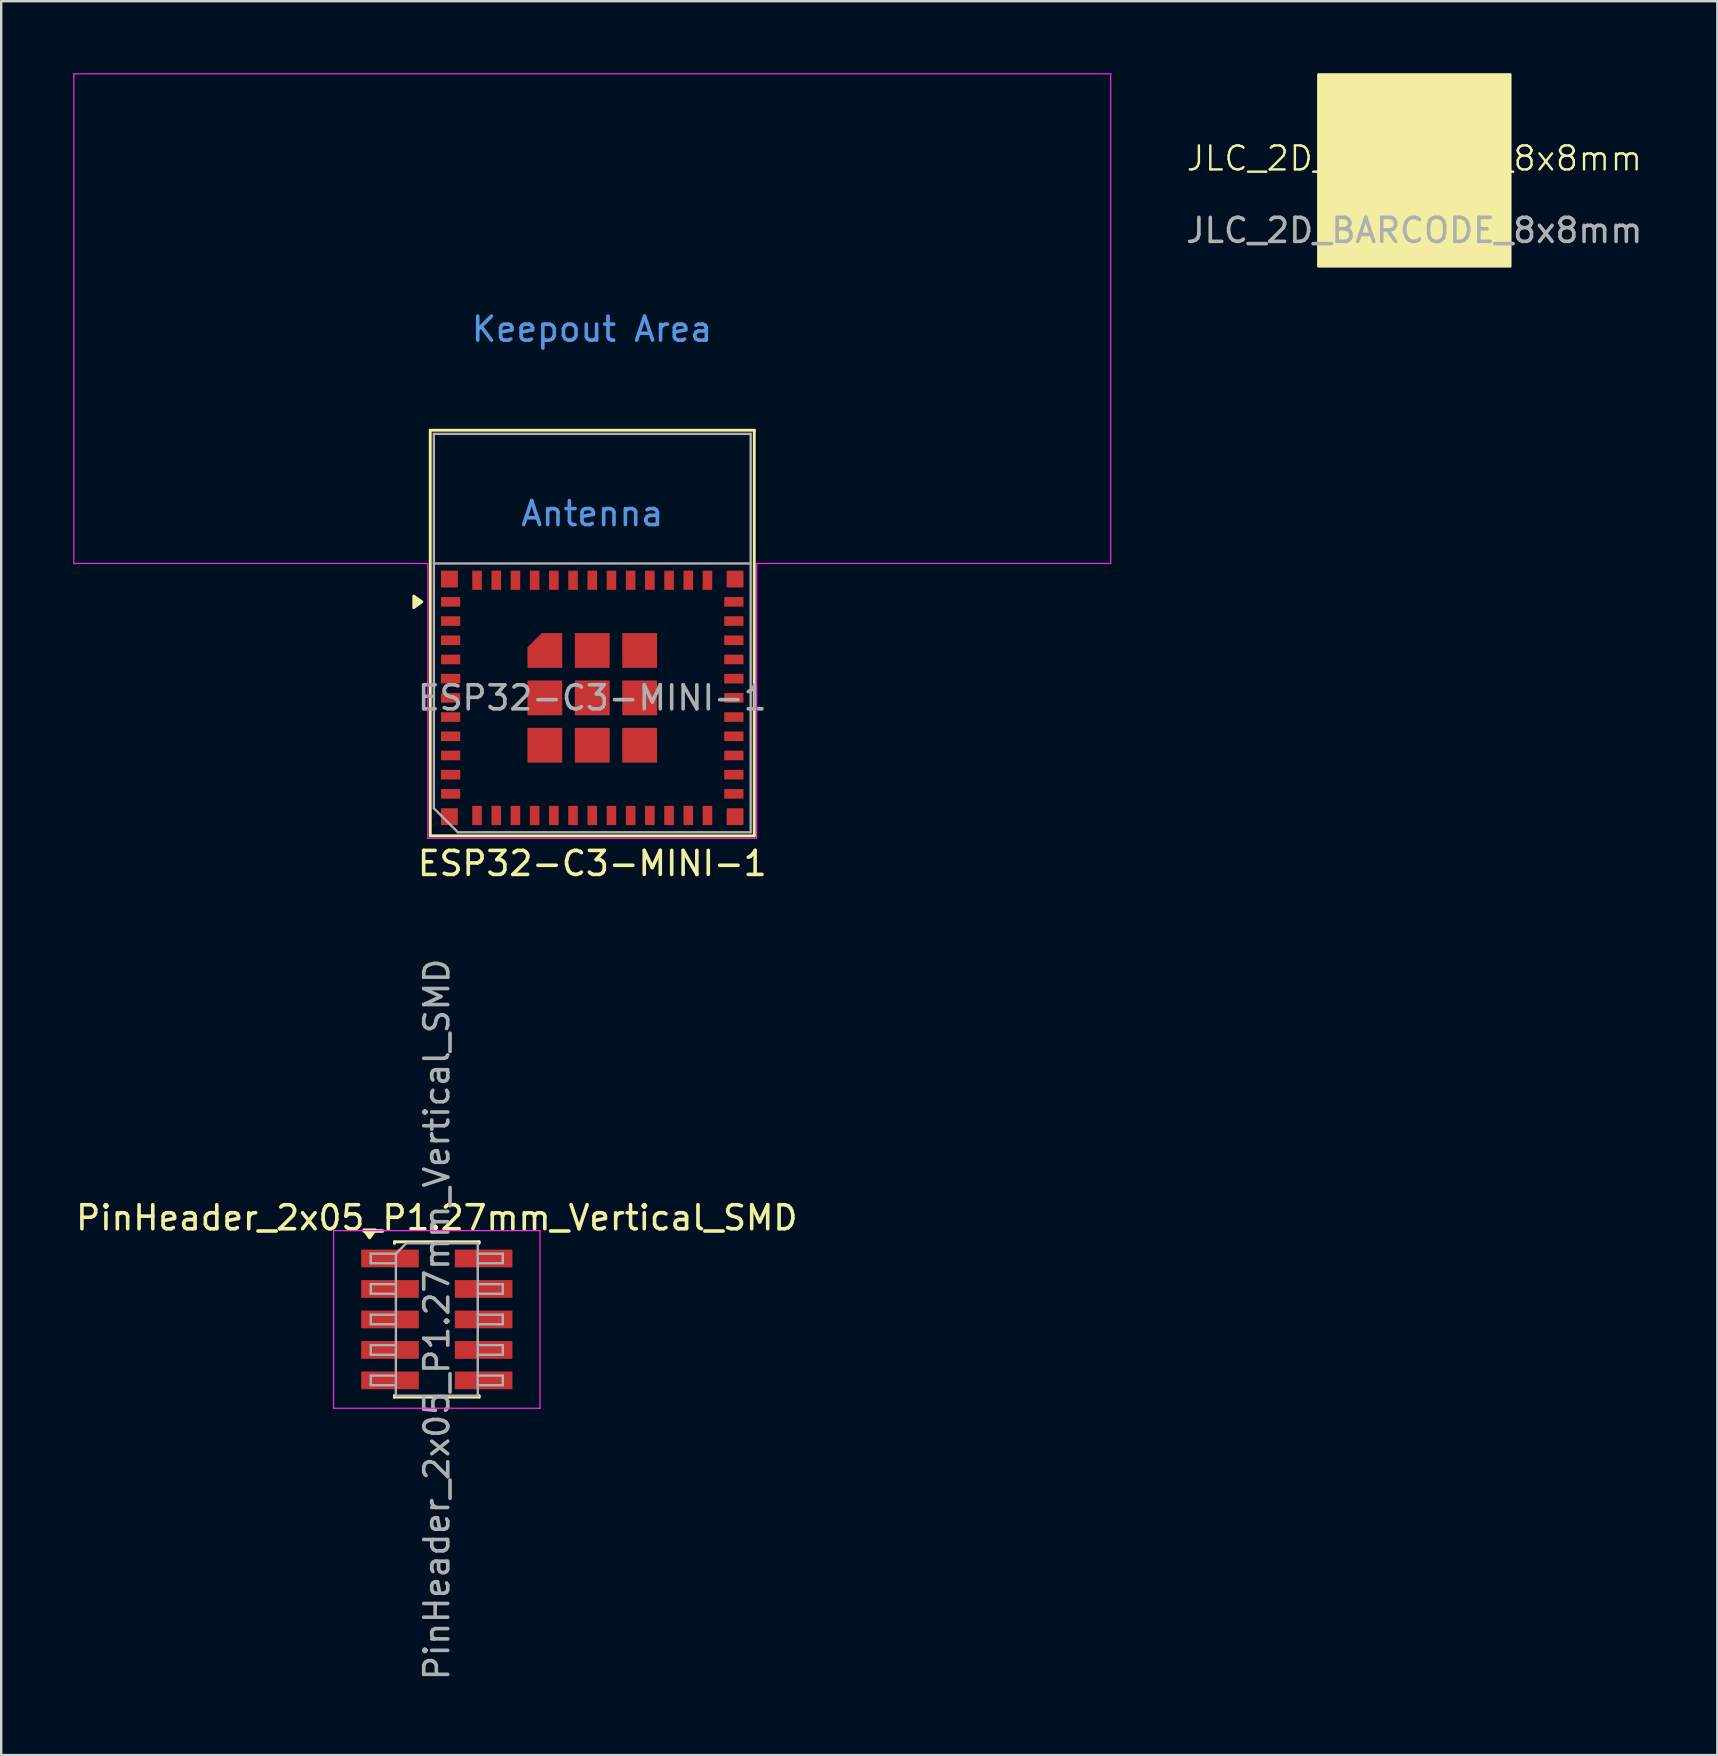
<source format=kicad_pcb>
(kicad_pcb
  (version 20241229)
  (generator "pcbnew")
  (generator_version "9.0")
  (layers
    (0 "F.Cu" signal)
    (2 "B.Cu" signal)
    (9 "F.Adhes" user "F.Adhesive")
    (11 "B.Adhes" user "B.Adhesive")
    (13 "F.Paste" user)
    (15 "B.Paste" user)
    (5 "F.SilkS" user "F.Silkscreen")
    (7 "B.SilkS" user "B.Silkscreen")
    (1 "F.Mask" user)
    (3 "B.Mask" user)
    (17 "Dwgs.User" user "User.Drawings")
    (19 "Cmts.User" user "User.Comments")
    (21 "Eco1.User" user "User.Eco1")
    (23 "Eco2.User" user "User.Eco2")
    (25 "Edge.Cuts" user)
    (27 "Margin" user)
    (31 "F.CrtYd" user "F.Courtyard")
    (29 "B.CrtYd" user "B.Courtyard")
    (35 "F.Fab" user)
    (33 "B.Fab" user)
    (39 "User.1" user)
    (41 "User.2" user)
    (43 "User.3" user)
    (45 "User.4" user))
  (footprint "JLC_2D_BARCODE_8x8mm"
    (layer "F.Cu")
    (at 55.875 4.05)
    (property "Reference" "JLC_2D_BARCODE_8x8mm" (at 0 -0.5 0) (unlocked yes) (layer "F.SilkS") (effects (font (size 1 1) (thickness 0.1))))
    (attr through_hole exclude_from_pos_files exclude_from_bom)
    (fp_rect (start -4 -4) (end 4 4) (stroke (width 0.1) (type solid)) (fill yes) (layer "F.SilkS"))
    (fp_text user "${REFERENCE}" (at 0 2.5 0) (unlocked yes) (layer "F.Fab") (effects (font (size 1 1) (thickness 0.15)))))
  (footprint "PinHeader_2x05_P1.27mm_Vertical_SMD"
    (layer "F.Cu")
    (at 15.149 51.922)
    (property "Reference" "PinHeader_2x05_P1.27mm_Vertical_SMD" (at 0 -4.235 0) (layer "F.SilkS") (effects (font (size 1 1) (thickness 0.15))))
    (attr smd)
    (fp_line (start -1.765 -3.235) (end -1.765 -3.17) (stroke (width 0.12) (type solid)) (layer "F.SilkS"))
    (fp_line (start -1.765 -3.235) (end 1.765 -3.235) (stroke (width 0.12) (type solid)) (layer "F.SilkS"))
    (fp_line (start -1.765 3.17) (end -1.765 3.235) (stroke (width 0.12) (type solid)) (layer "F.SilkS"))
    (fp_line (start -1.765 3.235) (end 1.765 3.235) (stroke (width 0.12) (type solid)) (layer "F.SilkS"))
    (fp_line (start 1.765 -3.235) (end 1.765 -3.17) (stroke (width 0.12) (type solid)) (layer "F.SilkS"))
    (fp_line (start 1.765 3.17) (end 1.765 3.235) (stroke (width 0.12) (type solid)) (layer "F.SilkS"))
    (fp_poly (pts (xy -2.8 -3.4) (xy -3.04 -3.73) (xy -2.56 -3.73) (xy -2.8 -3.4)) (stroke (width 0.12) (type solid)) (fill yes) (layer "F.SilkS"))
    (fp_line (start -4.3 -3.7) (end -4.3 3.7) (stroke (width 0.05) (type solid)) (layer "F.CrtYd"))
    (fp_line (start -4.3 3.7) (end 4.3 3.7) (stroke (width 0.05) (type solid)) (layer "F.CrtYd"))
    (fp_line (start 4.3 -3.7) (end -4.3 -3.7) (stroke (width 0.05) (type solid)) (layer "F.CrtYd"))
    (fp_line (start 4.3 3.7) (end 4.3 -3.7) (stroke (width 0.05) (type solid)) (layer "F.CrtYd"))
    (fp_line (start -2.75 -2.74) (end -2.75 -2.34) (stroke (width 0.1) (type solid)) (layer "F.Fab"))
    (fp_line (start -2.75 -2.34) (end -1.705 -2.34) (stroke (width 0.1) (type solid)) (layer "F.Fab"))
    (fp_line (start -2.75 -1.47) (end -2.75 -1.07) (stroke (width 0.1) (type solid)) (layer "F.Fab"))
    (fp_line (start -2.75 -1.07) (end -1.705 -1.07) (stroke (width 0.1) (type solid)) (layer "F.Fab"))
    (fp_line (start -2.75 -0.2) (end -2.75 0.2) (stroke (width 0.1) (type solid)) (layer "F.Fab"))
    (fp_line (start -2.75 0.2) (end -1.705 0.2) (stroke (width 0.1) (type solid)) (layer "F.Fab"))
    (fp_line (start -2.75 1.07) (end -2.75 1.47) (stroke (width 0.1) (type solid)) (layer "F.Fab"))
    (fp_line (start -2.75 1.47) (end -1.705 1.47) (stroke (width 0.1) (type solid)) (layer "F.Fab"))
    (fp_line (start -2.75 2.34) (end -2.75 2.74) (stroke (width 0.1) (type solid)) (layer "F.Fab"))
    (fp_line (start -2.75 2.74) (end -1.705 2.74) (stroke (width 0.1) (type solid)) (layer "F.Fab"))
    (fp_line (start -1.705 -2.74) (end -2.75 -2.74) (stroke (width 0.1) (type solid)) (layer "F.Fab"))
    (fp_line (start -1.705 -2.74) (end -1.27 -3.175) (stroke (width 0.1) (type solid)) (layer "F.Fab"))
    (fp_line (start -1.705 -1.47) (end -2.75 -1.47) (stroke (width 0.1) (type solid)) (layer "F.Fab"))
    (fp_line (start -1.705 -0.2) (end -2.75 -0.2) (stroke (width 0.1) (type solid)) (layer "F.Fab"))
    (fp_line (start -1.705 1.07) (end -2.75 1.07) (stroke (width 0.1) (type solid)) (layer "F.Fab"))
    (fp_line (start -1.705 2.34) (end -2.75 2.34) (stroke (width 0.1) (type solid)) (layer "F.Fab"))
    (fp_line (start -1.705 3.175) (end -1.705 -2.74) (stroke (width 0.1) (type solid)) (layer "F.Fab"))
    (fp_line (start -1.27 -3.175) (end 1.705 -3.175) (stroke (width 0.1) (type solid)) (layer "F.Fab"))
    (fp_line (start 1.705 -3.175) (end 1.705 3.175) (stroke (width 0.1) (type solid)) (layer "F.Fab"))
    (fp_line (start 1.705 -2.74) (end 2.75 -2.74) (stroke (width 0.1) (type solid)) (layer "F.Fab"))
    (fp_line (start 1.705 -1.47) (end 2.75 -1.47) (stroke (width 0.1) (type solid)) (layer "F.Fab"))
    (fp_line (start 1.705 -0.2) (end 2.75 -0.2) (stroke (width 0.1) (type solid)) (layer "F.Fab"))
    (fp_line (start 1.705 1.07) (end 2.75 1.07) (stroke (width 0.1) (type solid)) (layer "F.Fab"))
    (fp_line (start 1.705 2.34) (end 2.75 2.34) (stroke (width 0.1) (type solid)) (layer "F.Fab"))
    (fp_line (start 1.705 3.175) (end -1.705 3.175) (stroke (width 0.1) (type solid)) (layer "F.Fab"))
    (fp_line (start 2.75 -2.74) (end 2.75 -2.34) (stroke (width 0.1) (type solid)) (layer "F.Fab"))
    (fp_line (start 2.75 -2.34) (end 1.705 -2.34) (stroke (width 0.1) (type solid)) (layer "F.Fab"))
    (fp_line (start 2.75 -1.47) (end 2.75 -1.07) (stroke (width 0.1) (type solid)) (layer "F.Fab"))
    (fp_line (start 2.75 -1.07) (end 1.705 -1.07) (stroke (width 0.1) (type solid)) (layer "F.Fab"))
    (fp_line (start 2.75 -0.2) (end 2.75 0.2) (stroke (width 0.1) (type solid)) (layer "F.Fab"))
    (fp_line (start 2.75 0.2) (end 1.705 0.2) (stroke (width 0.1) (type solid)) (layer "F.Fab"))
    (fp_line (start 2.75 1.07) (end 2.75 1.47) (stroke (width 0.1) (type solid)) (layer "F.Fab"))
    (fp_line (start 2.75 1.47) (end 1.705 1.47) (stroke (width 0.1) (type solid)) (layer "F.Fab"))
    (fp_line (start 2.75 2.34) (end 2.75 2.74) (stroke (width 0.1) (type solid)) (layer "F.Fab"))
    (fp_line (start 2.75 2.74) (end 1.705 2.74) (stroke (width 0.1) (type solid)) (layer "F.Fab"))
    (fp_text user "${REFERENCE}" (at 0 0 90) (layer "F.Fab") (effects (font (size 1 1) (thickness 0.15))))
    (pad "1" smd rect (at -1.95 -2.54) (size 2.4 0.74) (layers "F.Cu" "F.Mask" "F.Paste"))
    (pad "2" smd rect (at 1.95 -2.54) (size 2.4 0.74) (layers "F.Cu" "F.Mask" "F.Paste"))
    (pad "3" smd rect (at -1.95 -1.27) (size 2.4 0.74) (layers "F.Cu" "F.Mask" "F.Paste"))
    (pad "4" smd rect (at 1.95 -1.27) (size 2.4 0.74) (layers "F.Cu" "F.Mask" "F.Paste"))
    (pad "5" smd rect (at -1.95 0) (size 2.4 0.74) (layers "F.Cu" "F.Mask" "F.Paste"))
    (pad "6" smd rect (at 1.95 0) (size 2.4 0.74) (layers "F.Cu" "F.Mask" "F.Paste"))
    (pad "7" smd rect (at -1.95 1.27) (size 2.4 0.74) (layers "F.Cu" "F.Mask" "F.Paste"))
    (pad "8" smd rect (at 1.95 1.27) (size 2.4 0.74) (layers "F.Cu" "F.Mask" "F.Paste"))
    (pad "9" smd rect (at -1.95 2.54) (size 2.4 0.74) (layers "F.Cu" "F.Mask" "F.Paste"))
    (pad "10" smd rect (at 1.95 2.54) (size 2.4 0.74) (layers "F.Cu" "F.Mask" "F.Paste")))
  (footprint "ESP32-C3-MINI-1"
    (layer "F.Cu")
    (at 21.625 26.025)
    (property "Reference" "ESP32-C3-MINI-1" (at 0 6.9 0) (unlocked yes) (layer "F.SilkS") (effects (font (size 1 1) (thickness 0.15))))
    (attr smd)
    (fp_line (start -6.75 -11.15) (end 6.75 -11.15) (stroke (width 0.12) (type solid)) (layer "F.SilkS"))
    (fp_line (start -6.75 5.75) (end -6.75 -11.15) (stroke (width 0.12) (type solid)) (layer "F.SilkS"))
    (fp_line (start 6.75 -11.15) (end 6.75 5.75) (stroke (width 0.12) (type solid)) (layer "F.SilkS"))
    (fp_line (start 6.75 5.75) (end -6.75 5.75) (stroke (width 0.12) (type solid)) (layer "F.SilkS"))
    (fp_poly (pts (xy -7.1 -4) (xy -7.436 -3.76) (xy -7.436 -4.24) (xy -7.1 -4)) (stroke (width 0.12) (type solid)) (fill yes) (layer "F.SilkS"))
    (fp_line (start -21.6 -26) (end 21.6 -26) (stroke (width 0.05) (type solid)) (layer "F.CrtYd"))
    (fp_line (start -21.6 -5.6) (end -21.6 -26) (stroke (width 0.05) (type solid)) (layer "F.CrtYd"))
    (fp_line (start -6.85 -5.6) (end -21.6 -5.6) (stroke (width 0.05) (type solid)) (layer "F.CrtYd"))
    (fp_line (start -6.85 5.85) (end -6.85 -5.6) (stroke (width 0.05) (type solid)) (layer "F.CrtYd"))
    (fp_line (start 6.85 -5.6) (end 6.85 5.85) (stroke (width 0.05) (type solid)) (layer "F.CrtYd"))
    (fp_line (start 6.85 -5.6) (end 21.6 -5.6) (stroke (width 0.05) (type solid)) (layer "F.CrtYd"))
    (fp_line (start 6.85 5.85) (end -6.85 5.85) (stroke (width 0.05) (type solid)) (layer "F.CrtYd"))
    (fp_line (start 21.6 -5.6) (end 21.6 -26) (stroke (width 0.05) (type solid)) (layer "F.CrtYd"))
    (fp_line (start -6.6 -11) (end 6.6 -11) (stroke (width 0.1) (type solid)) (layer "F.Fab"))
    (fp_line (start -6.6 -5.6) (end 6.6 -5.6) (stroke (width 0.1) (type solid)) (layer "F.Fab"))
    (fp_line (start -6.6 4.6) (end -6.6 -11) (stroke (width 0.1) (type solid)) (layer "F.Fab"))
    (fp_line (start -5.6 5.6) (end -6.6 4.6) (stroke (width 0.1) (type default)) (layer "F.Fab"))
    (fp_line (start 6.6 -11) (end 6.6 5.6) (stroke (width 0.1) (type solid)) (layer "F.Fab"))
    (fp_line (start 6.6 5.6) (end -5.6 5.6) (stroke (width 0.1) (type solid)) (layer "F.Fab"))
    (fp_text user "Keepout Area" (at -0.01 -15.36 0) (layer "Cmts.User") (effects (font (size 1 1) (thickness 0.15))))
    (fp_text user "Antenna" (at 0 -7.675 0) (layer "Cmts.User") (effects (font (size 1 1) (thickness 0.15))))
    (fp_text user "${REFERENCE}" (at 0 0 0) (unlocked yes) (layer "F.Fab") (effects (font (size 1 1) (thickness 0.15))))
    (pad "1" smd rect (at -5.9 -4) (size 0.8 0.4) (layers "F.Cu" "F.Mask" "F.Paste"))
    (pad "2" smd rect (at -5.9 -3.2) (size 0.8 0.4) (layers "F.Cu" "F.Mask" "F.Paste"))
    (pad "3" smd rect (at -5.9 -2.4) (size 0.8 0.4) (layers "F.Cu" "F.Mask" "F.Paste"))
    (pad "4" smd rect (at -5.9 -1.6) (size 0.8 0.4) (layers "F.Cu" "F.Mask" "F.Paste"))
    (pad "5" smd rect (at -5.9 -0.8) (size 0.8 0.4) (layers "F.Cu" "F.Mask" "F.Paste"))
    (pad "6" smd rect (at -5.9 0) (size 0.8 0.4) (layers "F.Cu" "F.Mask" "F.Paste"))
    (pad "7" smd rect (at -5.9 0.8) (size 0.8 0.4) (layers "F.Cu" "F.Mask" "F.Paste"))
    (pad "8" smd rect (at -5.9 1.6) (size 0.8 0.4) (layers "F.Cu" "F.Mask" "F.Paste"))
    (pad "9" smd rect (at -5.9 2.4) (size 0.8 0.4) (layers "F.Cu" "F.Mask" "F.Paste"))
    (pad "10" smd rect (at -5.9 3.2) (size 0.8 0.4) (layers "F.Cu" "F.Mask" "F.Paste"))
    (pad "11" smd rect (at -5.9 4) (size 0.8 0.4) (layers "F.Cu" "F.Mask" "F.Paste"))
    (pad "12" smd rect (at -4.8 4.9 90) (size 0.8 0.4) (layers "F.Cu" "F.Mask" "F.Paste"))
    (pad "13" smd rect (at -4 4.9 90) (size 0.8 0.4) (layers "F.Cu" "F.Mask" "F.Paste"))
    (pad "14" smd rect (at -3.2 4.9 90) (size 0.8 0.4) (layers "F.Cu" "F.Mask" "F.Paste"))
    (pad "15" smd rect (at -2.4 4.9 90) (size 0.8 0.4) (layers "F.Cu" "F.Mask" "F.Paste"))
    (pad "16" smd rect (at -1.6 4.9 90) (size 0.8 0.4) (layers "F.Cu" "F.Mask" "F.Paste"))
    (pad "17" smd rect (at -0.8 4.9 90) (size 0.8 0.4) (layers "F.Cu" "F.Mask" "F.Paste"))
    (pad "18" smd rect (at 0 4.9 90) (size 0.8 0.4) (layers "F.Cu" "F.Mask" "F.Paste"))
    (pad "19" smd rect (at 0.8 4.9 90) (size 0.8 0.4) (layers "F.Cu" "F.Mask" "F.Paste"))
    (pad "20" smd rect (at 1.6 4.9 90) (size 0.8 0.4) (layers "F.Cu" "F.Mask" "F.Paste"))
    (pad "21" smd rect (at 2.4 4.9 90) (size 0.8 0.4) (layers "F.Cu" "F.Mask" "F.Paste"))
    (pad "22" smd rect (at 3.2 4.9 90) (size 0.8 0.4) (layers "F.Cu" "F.Mask" "F.Paste"))
    (pad "23" smd rect (at 4 4.9 90) (size 0.8 0.4) (layers "F.Cu" "F.Mask" "F.Paste"))
    (pad "24" smd rect (at 4.8 4.9 90) (size 0.8 0.4) (layers "F.Cu" "F.Mask" "F.Paste"))
    (pad "25" smd rect (at 5.9 4) (size 0.8 0.4) (layers "F.Cu" "F.Mask" "F.Paste"))
    (pad "26" smd rect (at 5.9 3.2) (size 0.8 0.4) (layers "F.Cu" "F.Mask" "F.Paste"))
    (pad "27" smd rect (at 5.9 2.4) (size 0.8 0.4) (layers "F.Cu" "F.Mask" "F.Paste"))
    (pad "28" smd rect (at 5.9 1.6) (size 0.8 0.4) (layers "F.Cu" "F.Mask" "F.Paste"))
    (pad "29" smd rect (at 5.9 0.8) (size 0.8 0.4) (layers "F.Cu" "F.Mask" "F.Paste"))
    (pad "30" smd rect (at 5.9 0) (size 0.8 0.4) (layers "F.Cu" "F.Mask" "F.Paste"))
    (pad "31" smd rect (at 5.9 -0.8) (size 0.8 0.4) (layers "F.Cu" "F.Mask" "F.Paste"))
    (pad "32" smd rect (at 5.9 -1.6) (size 0.8 0.4) (layers "F.Cu" "F.Mask" "F.Paste"))
    (pad "33" smd rect (at 5.9 -2.4) (size 0.8 0.4) (layers "F.Cu" "F.Mask" "F.Paste"))
    (pad "34" smd rect (at 5.9 -3.2) (size 0.8 0.4) (layers "F.Cu" "F.Mask" "F.Paste"))
    (pad "35" smd rect (at 5.9 -4) (size 0.8 0.4) (layers "F.Cu" "F.Mask" "F.Paste"))
    (pad "36" smd rect (at 4.8 -4.9 90) (size 0.8 0.4) (layers "F.Cu" "F.Mask" "F.Paste"))
    (pad "37" smd rect (at 4 -4.9 90) (size 0.8 0.4) (layers "F.Cu" "F.Mask" "F.Paste"))
    (pad "38" smd rect (at 3.2 -4.9 90) (size 0.8 0.4) (layers "F.Cu" "F.Mask" "F.Paste"))
    (pad "39" smd rect (at 2.4 -4.9 90) (size 0.8 0.4) (layers "F.Cu" "F.Mask" "F.Paste"))
    (pad "40" smd rect (at 1.6 -4.9 90) (size 0.8 0.4) (layers "F.Cu" "F.Mask" "F.Paste"))
    (pad "41" smd rect (at 0.8 -4.9 90) (size 0.8 0.4) (layers "F.Cu" "F.Mask" "F.Paste"))
    (pad "42" smd rect (at 0 -4.9 90) (size 0.8 0.4) (layers "F.Cu" "F.Mask" "F.Paste"))
    (pad "43" smd rect (at -0.8 -4.9 90) (size 0.8 0.4) (layers "F.Cu" "F.Mask" "F.Paste"))
    (pad "44" smd rect (at -1.6 -4.9 90) (size 0.8 0.4) (layers "F.Cu" "F.Mask" "F.Paste"))
    (pad "45" smd rect (at -2.4 -4.9 90) (size 0.8 0.4) (layers "F.Cu" "F.Mask" "F.Paste"))
    (pad "46" smd rect (at -3.2 -4.9 90) (size 0.8 0.4) (layers "F.Cu" "F.Mask" "F.Paste"))
    (pad "47" smd rect (at -4 -4.9 90) (size 0.8 0.4) (layers "F.Cu" "F.Mask" "F.Paste"))
    (pad "48" smd rect (at -4.8 -4.9 90) (size 0.8 0.4) (layers "F.Cu" "F.Mask" "F.Paste"))
    (pad "49" smd roundrect (at -1.975 -1.975) (size 1.45 1.45) (property pad_prop_heatsink) (layers "F.Cu" "F.Mask" "F.Paste") (roundrect_rratio 0) (chamfer_ratio 0.41) (chamfer top_left))
    (pad "49" smd rect (at -1.975 0) (size 1.45 1.45) (property pad_prop_heatsink) (layers "F.Cu" "F.Mask" "F.Paste"))
    (pad "49" smd rect (at -1.975 1.975) (size 1.45 1.45) (property pad_prop_heatsink) (layers "F.Cu" "F.Mask" "F.Paste"))
    (pad "49" smd rect (at 0 -1.975) (size 1.45 1.45) (property pad_prop_heatsink) (layers "F.Cu" "F.Mask" "F.Paste"))
    (pad "49" smd rect (at 0 0) (size 1.45 1.45) (property pad_prop_heatsink) (layers "F.Cu" "F.Mask" "F.Paste"))
    (pad "49" smd rect (at 0 1.975) (size 1.45 1.45) (property pad_prop_heatsink) (layers "F.Cu" "F.Mask" "F.Paste"))
    (pad "49" smd rect (at 1.975 -1.975) (size 1.45 1.45) (property pad_prop_heatsink) (layers "F.Cu" "F.Mask" "F.Paste"))
    (pad "49" smd rect (at 1.975 0) (size 1.45 1.45) (property pad_prop_heatsink) (layers "F.Cu" "F.Mask" "F.Paste"))
    (pad "49" smd rect (at 1.975 1.975) (size 1.45 1.45) (property pad_prop_heatsink) (layers "F.Cu" "F.Mask" "F.Paste"))
    (pad "50" smd rect (at 5.95 -4.95) (size 0.7 0.7) (layers "F.Cu" "F.Mask" "F.Paste"))
    (pad "51" smd rect (at 5.95 4.95) (size 0.7 0.7) (layers "F.Cu" "F.Mask" "F.Paste"))
    (pad "52" smd rect (at -5.95 4.95) (size 0.7 0.7) (layers "F.Cu" "F.Mask" "F.Paste"))
    (pad "53" smd rect (at -5.95 -4.95) (size 0.7 0.7) (layers "F.Cu" "F.Mask" "F.Paste"))
    (zone (net_name "") (layers "F.Cu" "B.Cu") (name "Antenna") (hatch full 0.508) (connect_pads) (min_thickness 0.254) (filled_areas_thickness no) (keepout (tracks not_allowed) (vias not_allowed) (pads not_allowed) (copperpour not_allowed) (footprints not_allowed)) (placement (enabled no)) (fill) (polygon (pts (xy 43.225 20.425) (xy 0.025 20.425) (xy 0.025 0.025) (xy 43.225 0.025)))))
  (gr_rect
    (start -3 -3)
    (end 68.5 70.071)
    (stroke (width 0.1) (type default))
    (fill no)
    (layer "Edge.Cuts")))
</source>
